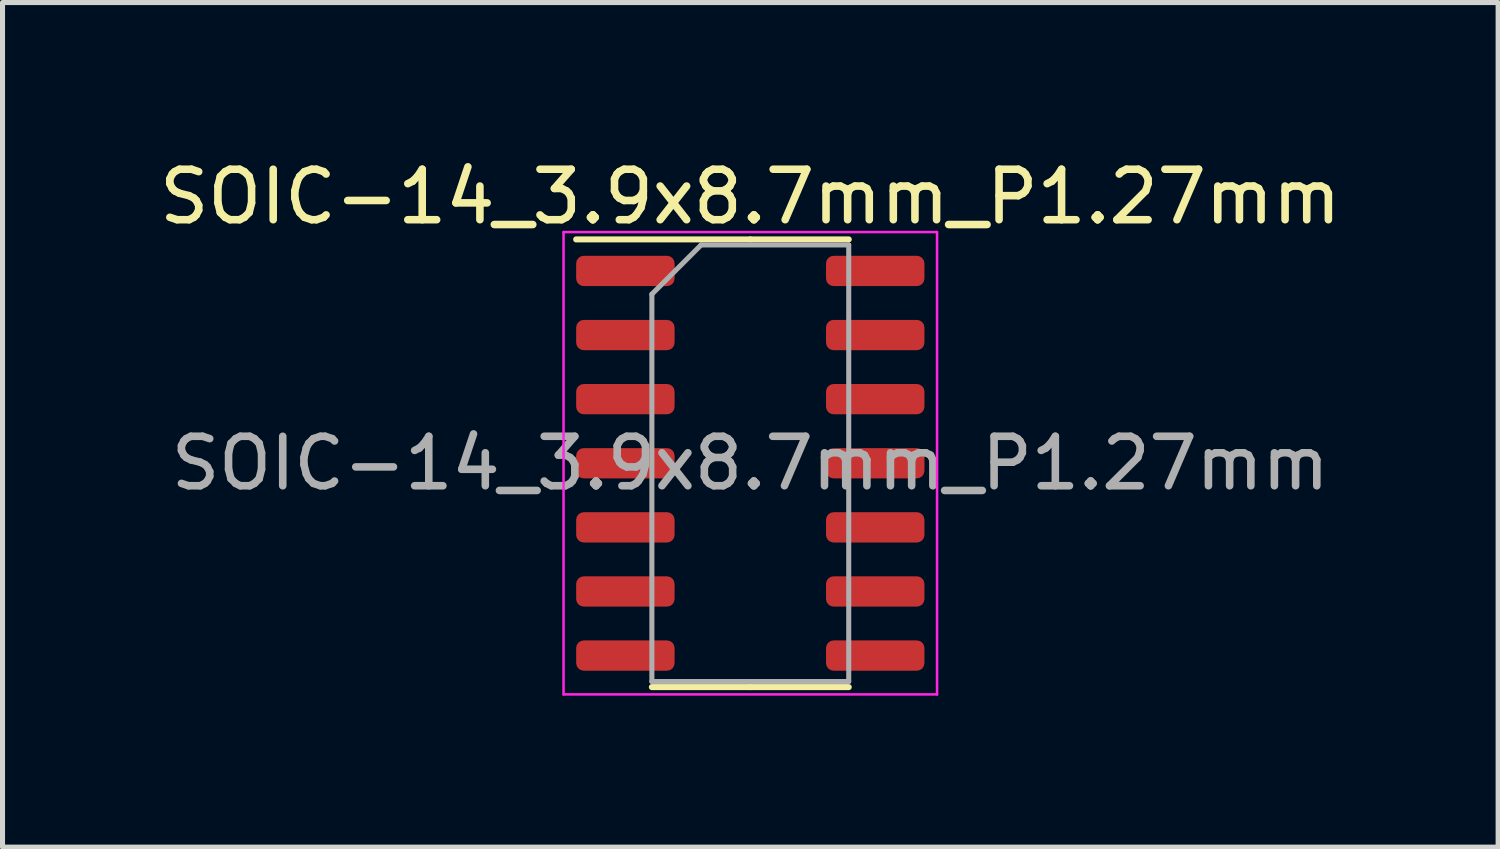
<source format=kicad_pcb>
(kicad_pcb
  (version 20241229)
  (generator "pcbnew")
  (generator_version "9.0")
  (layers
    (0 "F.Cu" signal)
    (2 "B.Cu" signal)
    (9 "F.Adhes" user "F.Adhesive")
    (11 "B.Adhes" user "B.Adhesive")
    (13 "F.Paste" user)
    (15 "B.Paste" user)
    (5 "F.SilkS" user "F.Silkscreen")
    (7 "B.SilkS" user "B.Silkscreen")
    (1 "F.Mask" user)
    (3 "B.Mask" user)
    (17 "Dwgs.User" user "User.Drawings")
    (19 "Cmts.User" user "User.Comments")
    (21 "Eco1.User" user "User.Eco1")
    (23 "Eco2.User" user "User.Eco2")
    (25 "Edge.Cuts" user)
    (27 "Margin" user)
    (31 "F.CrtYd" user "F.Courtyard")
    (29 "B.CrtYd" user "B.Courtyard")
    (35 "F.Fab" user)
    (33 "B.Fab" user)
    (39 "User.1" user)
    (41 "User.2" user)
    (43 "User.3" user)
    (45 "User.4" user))
  (footprint "SOIC-14_3.9x8.7mm_P1.27mm"
    (layer "F.Cu")
    (at 11.815 6.128)
    (property "Reference" "SOIC-14_3.9x8.7mm_P1.27mm" (at 0 -5.28 0) (layer "F.SilkS") (effects (font (size 1 1) (thickness 0.15))))
    (attr smd)
    (fp_line (start 0 -4.435) (end -3.45 -4.435) (stroke (width 0.12) (type solid)) (layer "F.SilkS"))
    (fp_line (start 0 -4.435) (end 1.95 -4.435) (stroke (width 0.12) (type solid)) (layer "F.SilkS"))
    (fp_line (start 0 4.435) (end -1.95 4.435) (stroke (width 0.12) (type solid)) (layer "F.SilkS"))
    (fp_line (start 0 4.435) (end 1.95 4.435) (stroke (width 0.12) (type solid)) (layer "F.SilkS"))
    (fp_line (start -3.7 -4.58) (end -3.7 4.58) (stroke (width 0.05) (type solid)) (layer "F.CrtYd"))
    (fp_line (start -3.7 4.58) (end 3.7 4.58) (stroke (width 0.05) (type solid)) (layer "F.CrtYd"))
    (fp_line (start 3.7 -4.58) (end -3.7 -4.58) (stroke (width 0.05) (type solid)) (layer "F.CrtYd"))
    (fp_line (start 3.7 4.58) (end 3.7 -4.58) (stroke (width 0.05) (type solid)) (layer "F.CrtYd"))
    (fp_line (start -1.95 -3.35) (end -0.975 -4.325) (stroke (width 0.1) (type solid)) (layer "F.Fab"))
    (fp_line (start -1.95 4.325) (end -1.95 -3.35) (stroke (width 0.1) (type solid)) (layer "F.Fab"))
    (fp_line (start -0.975 -4.325) (end 1.95 -4.325) (stroke (width 0.1) (type solid)) (layer "F.Fab"))
    (fp_line (start 1.95 -4.325) (end 1.95 4.325) (stroke (width 0.1) (type solid)) (layer "F.Fab"))
    (fp_line (start 1.95 4.325) (end -1.95 4.325) (stroke (width 0.1) (type solid)) (layer "F.Fab"))
    (fp_text user "${REFERENCE}" (at 0 0 0) (layer "F.Fab") (effects (font (size 0.98 0.98) (thickness 0.15))))
    (pad "1" smd roundrect (at -2.475 -3.81 180) (size 1.95 0.6) (layers "F.Cu" "F.Mask" "F.Paste") (roundrect_rratio 0.25))
    (pad "2" smd roundrect (at -2.475 -2.54 180) (size 1.95 0.6) (layers "F.Cu" "F.Mask" "F.Paste") (roundrect_rratio 0.25))
    (pad "3" smd roundrect (at -2.475 -1.27 180) (size 1.95 0.6) (layers "F.Cu" "F.Mask" "F.Paste") (roundrect_rratio 0.25))
    (pad "4" smd roundrect (at -2.475 0 180) (size 1.95 0.6) (layers "F.Cu" "F.Mask" "F.Paste") (roundrect_rratio 0.25))
    (pad "5" smd roundrect (at -2.475 1.27 180) (size 1.95 0.6) (layers "F.Cu" "F.Mask" "F.Paste") (roundrect_rratio 0.25))
    (pad "6" smd roundrect (at -2.475 2.54 180) (size 1.95 0.6) (layers "F.Cu" "F.Mask" "F.Paste") (roundrect_rratio 0.25))
    (pad "7" smd roundrect (at -2.475 3.81 180) (size 1.95 0.6) (layers "F.Cu" "F.Mask" "F.Paste") (roundrect_rratio 0.25))
    (pad "8" smd roundrect (at 2.475 3.81 180) (size 1.95 0.6) (layers "F.Cu" "F.Mask" "F.Paste") (roundrect_rratio 0.25))
    (pad "9" smd roundrect (at 2.475 2.54 180) (size 1.95 0.6) (layers "F.Cu" "F.Mask" "F.Paste") (roundrect_rratio 0.25))
    (pad "10" smd roundrect (at 2.475 1.27 180) (size 1.95 0.6) (layers "F.Cu" "F.Mask" "F.Paste") (roundrect_rratio 0.25))
    (pad "11" smd roundrect (at 2.475 0 180) (size 1.95 0.6) (layers "F.Cu" "F.Mask" "F.Paste") (roundrect_rratio 0.25))
    (pad "12" smd roundrect (at 2.475 -1.27 180) (size 1.95 0.6) (layers "F.Cu" "F.Mask" "F.Paste") (roundrect_rratio 0.25))
    (pad "13" smd roundrect (at 2.475 -2.54 180) (size 1.95 0.6) (layers "F.Cu" "F.Mask" "F.Paste") (roundrect_rratio 0.25))
    (pad "14" smd roundrect (at 2.475 -3.81 180) (size 1.95 0.6) (layers "F.Cu" "F.Mask" "F.Paste") (roundrect_rratio 0.25)))
  (gr_rect
    (start -3 -3)
    (end 26.631 13.733)
    (stroke (width 0.1) (type default))
    (fill no)
    (layer "Edge.Cuts")))
</source>
